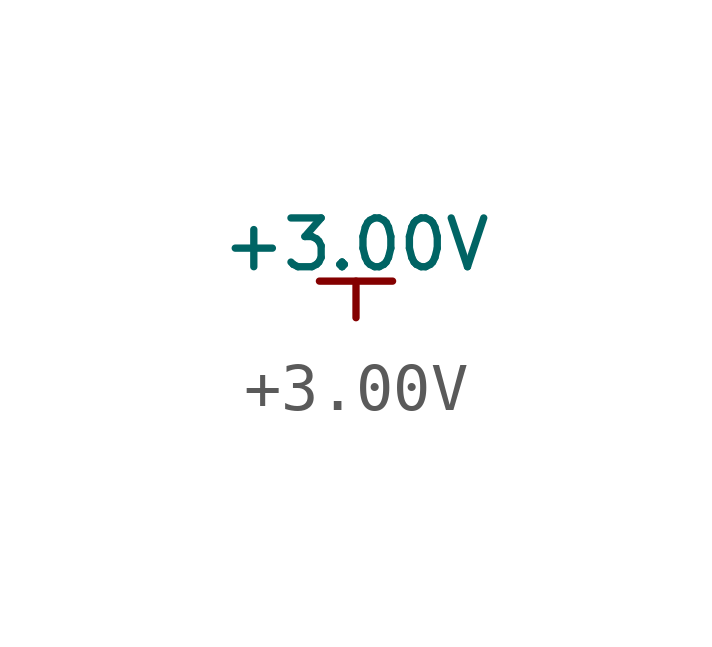
<source format=kicad_sym>
(kicad_symbol_lib
  (version 20211014)
  (generator kicad_symbol_editor)
  (symbol "+3.00V"
    (power)
    (pin_numbers hide)
    (pin_names
      (offset 0) hide)
    (property "Reference" "#PWR"
      (at 0.254 0 0)
      (effects (font (size 0.508 0.508)) hide))
    (property "Value" "+3.00V"
      (at 0 1.524 0)
      (effects (font (size 1.016 1.016))))
    (symbol "+3.00V_0_1"
      (polyline (pts (xy -0.762 0.762) (xy 0.762 0.762)) (stroke (width 0) (type default) (color 0 0 0 0)) (fill (type none)))
      (polyline (pts (xy 0 0) (xy 0 0.762)) (stroke (width 0) (type default) (color 0 0 0 0)) (fill (type none))))
    (symbol "+3.00V_1_1"
      (pin power_in line (at 0 0 90) (length 0) hide (name "+3.00V" (effects (font (size 1.27 1.27)))) (number "1" (effects (font (size 1.27 1.27))))))))
</source>
